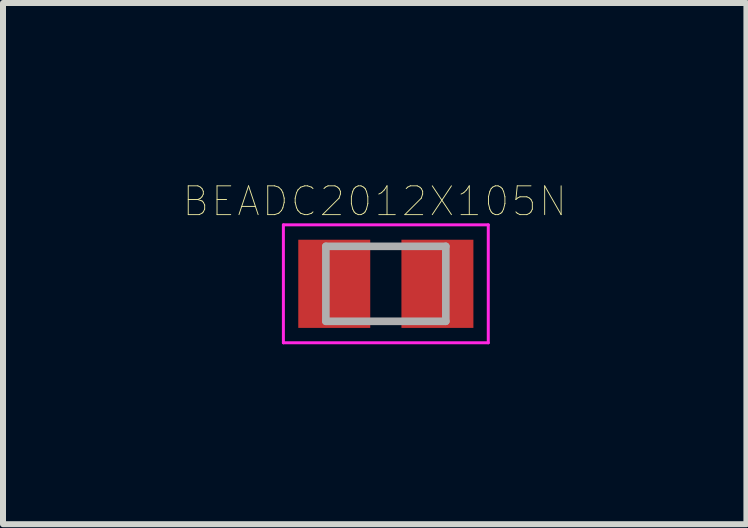
<source format=kicad_pcb>
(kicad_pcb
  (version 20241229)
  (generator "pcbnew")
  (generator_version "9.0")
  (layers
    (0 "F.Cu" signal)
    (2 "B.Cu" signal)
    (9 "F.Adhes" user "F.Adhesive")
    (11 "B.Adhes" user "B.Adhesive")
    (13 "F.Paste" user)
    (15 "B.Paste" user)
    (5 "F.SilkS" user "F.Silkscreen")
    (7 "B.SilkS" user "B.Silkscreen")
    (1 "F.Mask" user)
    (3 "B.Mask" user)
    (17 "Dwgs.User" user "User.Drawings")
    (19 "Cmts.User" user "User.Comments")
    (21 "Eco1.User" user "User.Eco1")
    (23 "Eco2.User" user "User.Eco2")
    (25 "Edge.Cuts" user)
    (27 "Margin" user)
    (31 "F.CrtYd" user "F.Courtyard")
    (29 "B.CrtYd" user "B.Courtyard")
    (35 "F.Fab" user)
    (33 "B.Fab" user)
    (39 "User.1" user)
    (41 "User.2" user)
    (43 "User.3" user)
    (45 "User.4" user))
  (footprint "BEADC2012X105N"
    (layer "F.Cu")
    (at 3.383 1.682)
    (property "Reference" "BEADC2012X105N" (at -0.186 -1.375 0) (layer "F.SilkS") (effects (font (size 0.48 0.48) (thickness 0.015))))
    (attr through_hole)
    (fp_line (start -1.708 -0.983) (end 1.708 -0.983) (stroke (width 0.05) (type solid)) (layer "F.CrtYd"))
    (fp_line (start -1.708 0.983) (end -1.708 -0.983) (stroke (width 0.05) (type solid)) (layer "F.CrtYd"))
    (fp_line (start -1.708 0.983) (end 1.708 0.983) (stroke (width 0.05) (type solid)) (layer "F.CrtYd"))
    (fp_line (start 1.708 0.983) (end 1.708 -0.983) (stroke (width 0.05) (type solid)) (layer "F.CrtYd"))
    (fp_line (start -1 0.625) (end -1 -0.625) (stroke (width 0.127) (type solid)) (layer "F.Fab"))
    (fp_line (start 1 -0.625) (end -1 -0.625) (stroke (width 0.127) (type solid)) (layer "F.Fab"))
    (fp_line (start 1 0.625) (end -1 0.625) (stroke (width 0.127) (type solid)) (layer "F.Fab"))
    (fp_line (start 1 0.625) (end 1 -0.625) (stroke (width 0.127) (type solid)) (layer "F.Fab"))
    (pad "1" smd rect (at -0.86 0) (size 1.2 1.47) (layers "F.Cu" "F.Mask" "F.Paste"))
    (pad "2" smd rect (at 0.86 0) (size 1.2 1.47) (layers "F.Cu" "F.Mask" "F.Paste")))
  (gr_rect
    (start -3 -3)
    (end 9.395 5.69)
    (stroke (width 0.1) (type default))
    (fill no)
    (layer "Edge.Cuts")))
</source>
